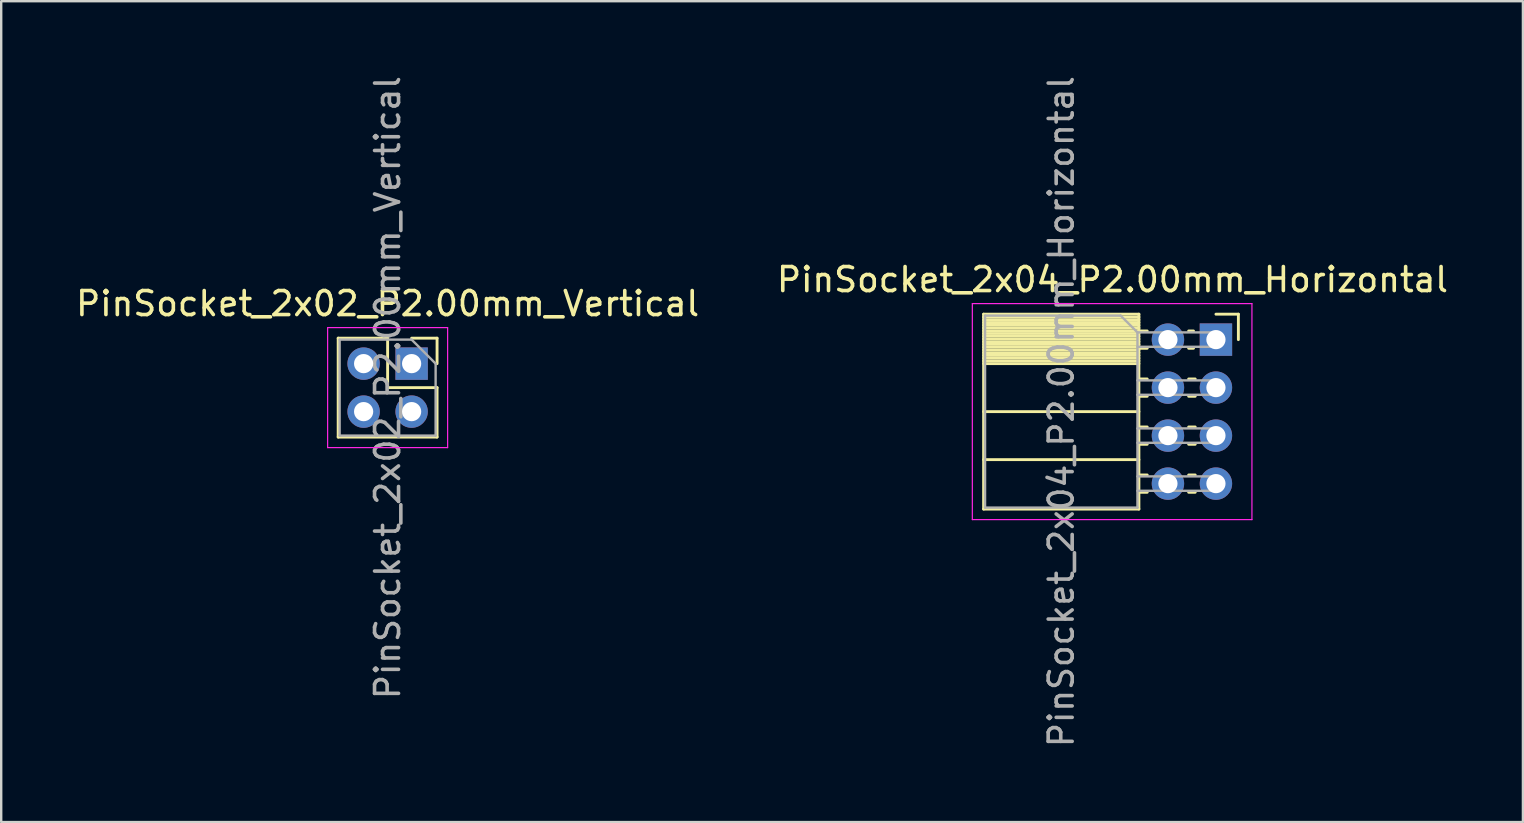
<source format=kicad_pcb>
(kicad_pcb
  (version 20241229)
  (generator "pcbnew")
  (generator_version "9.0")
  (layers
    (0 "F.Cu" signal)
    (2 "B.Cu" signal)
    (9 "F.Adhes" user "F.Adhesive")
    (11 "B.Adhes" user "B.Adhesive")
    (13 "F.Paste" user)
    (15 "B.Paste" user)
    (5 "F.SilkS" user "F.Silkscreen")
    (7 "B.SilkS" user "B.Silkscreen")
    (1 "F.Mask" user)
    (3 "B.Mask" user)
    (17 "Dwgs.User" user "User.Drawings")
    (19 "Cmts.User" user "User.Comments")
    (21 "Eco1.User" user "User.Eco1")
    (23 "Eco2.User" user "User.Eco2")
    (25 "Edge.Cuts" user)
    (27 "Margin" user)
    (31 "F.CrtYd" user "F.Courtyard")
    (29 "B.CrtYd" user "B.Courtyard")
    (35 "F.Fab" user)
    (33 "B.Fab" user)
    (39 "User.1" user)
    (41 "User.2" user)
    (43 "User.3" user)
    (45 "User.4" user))
  (footprint "PinSocket_2x04_P2.00mm_Horizontal"
    (layer "F.Cu")
    (at 47.614 11.101)
    (property "Reference" "PinSocket_2x04_P2.00mm_Horizontal" (at -4.31 -2.5 0) (layer "F.SilkS") (effects (font (size 1 1) (thickness 0.15))))
    (attr through_hole)
    (fp_line (start -9.68 -1.06) (end -9.68 7.06) (stroke (width 0.12) (type solid)) (layer "F.SilkS"))
    (fp_line (start -9.68 -1.06) (end -3.21 -1.06) (stroke (width 0.12) (type solid)) (layer "F.SilkS"))
    (fp_line (start -9.68 -0.94) (end -3.21 -0.94) (stroke (width 0.12) (type solid)) (layer "F.SilkS"))
    (fp_line (start -9.68 -0.826) (end -3.21 -0.826) (stroke (width 0.12) (type solid)) (layer "F.SilkS"))
    (fp_line (start -9.68 -0.712) (end -3.21 -0.712) (stroke (width 0.12) (type solid)) (layer "F.SilkS"))
    (fp_line (start -9.68 -0.598) (end -3.21 -0.598) (stroke (width 0.12) (type solid)) (layer "F.SilkS"))
    (fp_line (start -9.68 -0.484) (end -3.21 -0.484) (stroke (width 0.12) (type solid)) (layer "F.SilkS"))
    (fp_line (start -9.68 -0.369) (end -3.21 -0.369) (stroke (width 0.12) (type solid)) (layer "F.SilkS"))
    (fp_line (start -9.68 -0.255) (end -3.21 -0.255) (stroke (width 0.12) (type solid)) (layer "F.SilkS"))
    (fp_line (start -9.68 -0.141) (end -3.21 -0.141) (stroke (width 0.12) (type solid)) (layer "F.SilkS"))
    (fp_line (start -9.68 -0.027) (end -3.21 -0.027) (stroke (width 0.12) (type solid)) (layer "F.SilkS"))
    (fp_line (start -9.68 0.087) (end -3.21 0.087) (stroke (width 0.12) (type solid)) (layer "F.SilkS"))
    (fp_line (start -9.68 0.201) (end -3.21 0.201) (stroke (width 0.12) (type solid)) (layer "F.SilkS"))
    (fp_line (start -9.68 0.315) (end -3.21 0.315) (stroke (width 0.12) (type solid)) (layer "F.SilkS"))
    (fp_line (start -9.68 0.429) (end -3.21 0.429) (stroke (width 0.12) (type solid)) (layer "F.SilkS"))
    (fp_line (start -9.68 0.544) (end -3.21 0.544) (stroke (width 0.12) (type solid)) (layer "F.SilkS"))
    (fp_line (start -9.68 0.658) (end -3.21 0.658) (stroke (width 0.12) (type solid)) (layer "F.SilkS"))
    (fp_line (start -9.68 0.772) (end -3.21 0.772) (stroke (width 0.12) (type solid)) (layer "F.SilkS"))
    (fp_line (start -9.68 0.886) (end -3.21 0.886) (stroke (width 0.12) (type solid)) (layer "F.SilkS"))
    (fp_line (start -9.68 1) (end -3.21 1) (stroke (width 0.12) (type solid)) (layer "F.SilkS"))
    (fp_line (start -9.68 3) (end -3.21 3) (stroke (width 0.12) (type solid)) (layer "F.SilkS"))
    (fp_line (start -9.68 5) (end -3.21 5) (stroke (width 0.12) (type solid)) (layer "F.SilkS"))
    (fp_line (start -9.68 7.06) (end -3.21 7.06) (stroke (width 0.12) (type solid)) (layer "F.SilkS"))
    (fp_line (start -3.21 -1.06) (end -3.21 7.06) (stroke (width 0.12) (type solid)) (layer "F.SilkS"))
    (fp_line (start -3.21 -0.36) (end -2.863 -0.36) (stroke (width 0.12) (type solid)) (layer "F.SilkS"))
    (fp_line (start -3.21 0.36) (end -2.863 0.36) (stroke (width 0.12) (type solid)) (layer "F.SilkS"))
    (fp_line (start -3.21 1.64) (end -2.863 1.64) (stroke (width 0.12) (type solid)) (layer "F.SilkS"))
    (fp_line (start -3.21 2.36) (end -2.863 2.36) (stroke (width 0.12) (type solid)) (layer "F.SilkS"))
    (fp_line (start -3.21 3.64) (end -2.863 3.64) (stroke (width 0.12) (type solid)) (layer "F.SilkS"))
    (fp_line (start -3.21 4.36) (end -2.863 4.36) (stroke (width 0.12) (type solid)) (layer "F.SilkS"))
    (fp_line (start -3.21 5.64) (end -2.863 5.64) (stroke (width 0.12) (type solid)) (layer "F.SilkS"))
    (fp_line (start -3.21 6.36) (end -2.863 6.36) (stroke (width 0.12) (type solid)) (layer "F.SilkS"))
    (fp_line (start -1.137 -0.36) (end -0.935 -0.36) (stroke (width 0.12) (type solid)) (layer "F.SilkS"))
    (fp_line (start -1.137 0.36) (end -0.935 0.36) (stroke (width 0.12) (type solid)) (layer "F.SilkS"))
    (fp_line (start -1.137 1.64) (end -0.863 1.64) (stroke (width 0.12) (type solid)) (layer "F.SilkS"))
    (fp_line (start -1.137 2.36) (end -0.863 2.36) (stroke (width 0.12) (type solid)) (layer "F.SilkS"))
    (fp_line (start -1.137 3.64) (end -0.863 3.64) (stroke (width 0.12) (type solid)) (layer "F.SilkS"))
    (fp_line (start -1.137 4.36) (end -0.863 4.36) (stroke (width 0.12) (type solid)) (layer "F.SilkS"))
    (fp_line (start -1.137 5.64) (end -0.863 5.64) (stroke (width 0.12) (type solid)) (layer "F.SilkS"))
    (fp_line (start -1.137 6.36) (end -0.863 6.36) (stroke (width 0.12) (type solid)) (layer "F.SilkS"))
    (fp_line (start 0 -1.06) (end 0.935 -1.06) (stroke (width 0.12) (type solid)) (layer "F.SilkS"))
    (fp_line (start 0.935 -1.06) (end 0.935 0) (stroke (width 0.12) (type solid)) (layer "F.SilkS"))
    (fp_line (start -10.15 -1.5) (end -10.15 7.5) (stroke (width 0.05) (type solid)) (layer "F.CrtYd"))
    (fp_line (start -10.15 7.5) (end 1.5 7.5) (stroke (width 0.05) (type solid)) (layer "F.CrtYd"))
    (fp_line (start 1.5 -1.5) (end -10.15 -1.5) (stroke (width 0.05) (type solid)) (layer "F.CrtYd"))
    (fp_line (start 1.5 7.5) (end 1.5 -1.5) (stroke (width 0.05) (type solid)) (layer "F.CrtYd"))
    (fp_line (start -9.62 -1) (end -3.97 -1) (stroke (width 0.1) (type solid)) (layer "F.Fab"))
    (fp_line (start -9.62 7) (end -9.62 -1) (stroke (width 0.1) (type solid)) (layer "F.Fab"))
    (fp_line (start -3.97 -1) (end -3.27 -0.3) (stroke (width 0.1) (type solid)) (layer "F.Fab"))
    (fp_line (start -3.27 -0.3) (end -3.27 7) (stroke (width 0.1) (type solid)) (layer "F.Fab"))
    (fp_line (start -3.27 0.3) (end 0 0.3) (stroke (width 0.1) (type solid)) (layer "F.Fab"))
    (fp_line (start -3.27 2.3) (end 0 2.3) (stroke (width 0.1) (type solid)) (layer "F.Fab"))
    (fp_line (start -3.27 4.3) (end 0 4.3) (stroke (width 0.1) (type solid)) (layer "F.Fab"))
    (fp_line (start -3.27 6.3) (end 0 6.3) (stroke (width 0.1) (type solid)) (layer "F.Fab"))
    (fp_line (start -3.27 7) (end -9.62 7) (stroke (width 0.1) (type solid)) (layer "F.Fab"))
    (fp_line (start 0 -0.3) (end -3.27 -0.3) (stroke (width 0.1) (type solid)) (layer "F.Fab"))
    (fp_line (start 0 0.3) (end 0 -0.3) (stroke (width 0.1) (type solid)) (layer "F.Fab"))
    (fp_line (start 0 1.7) (end -3.27 1.7) (stroke (width 0.1) (type solid)) (layer "F.Fab"))
    (fp_line (start 0 2.3) (end 0 1.7) (stroke (width 0.1) (type solid)) (layer "F.Fab"))
    (fp_line (start 0 3.7) (end -3.27 3.7) (stroke (width 0.1) (type solid)) (layer "F.Fab"))
    (fp_line (start 0 4.3) (end 0 3.7) (stroke (width 0.1) (type solid)) (layer "F.Fab"))
    (fp_line (start 0 5.7) (end -3.27 5.7) (stroke (width 0.1) (type solid)) (layer "F.Fab"))
    (fp_line (start 0 6.3) (end 0 5.7) (stroke (width 0.1) (type solid)) (layer "F.Fab"))
    (fp_text user "${REFERENCE}" (at -6.445 3 90) (layer "F.Fab") (effects (font (size 1 1) (thickness 0.15))))
    (pad "1" thru_hole rect (at 0 0) (size 1.35 1.35) (drill 0.8) (layers "*.Cu" "*.Mask"))
    (pad "2" thru_hole oval (at -2 0) (size 1.35 1.35) (drill 0.8) (layers "*.Cu" "*.Mask"))
    (pad "3" thru_hole oval (at 0 2) (size 1.35 1.35) (drill 0.8) (layers "*.Cu" "*.Mask"))
    (pad "4" thru_hole oval (at -2 2) (size 1.35 1.35) (drill 0.8) (layers "*.Cu" "*.Mask"))
    (pad "5" thru_hole oval (at 0 4) (size 1.35 1.35) (drill 0.8) (layers "*.Cu" "*.Mask"))
    (pad "6" thru_hole oval (at -2 4) (size 1.35 1.35) (drill 0.8) (layers "*.Cu" "*.Mask"))
    (pad "7" thru_hole oval (at 0 6) (size 1.35 1.35) (drill 0.8) (layers "*.Cu" "*.Mask"))
    (pad "8" thru_hole oval (at -2 6) (size 1.35 1.35) (drill 0.8) (layers "*.Cu" "*.Mask")))
  (footprint "PinSocket_2x02_P2.00mm_Vertical"
    (layer "F.Cu")
    (at 14.101 12.101)
    (property "Reference" "PinSocket_2x02_P2.00mm_Vertical" (at -1 -2.5 0) (layer "F.SilkS") (effects (font (size 1 1) (thickness 0.15))))
    (attr through_hole)
    (fp_line (start -3.06 -1.06) (end -3.06 3.06) (stroke (width 0.12) (type solid)) (layer "F.SilkS"))
    (fp_line (start -3.06 -1.06) (end -1 -1.06) (stroke (width 0.12) (type solid)) (layer "F.SilkS"))
    (fp_line (start -3.06 3.06) (end 1.06 3.06) (stroke (width 0.12) (type solid)) (layer "F.SilkS"))
    (fp_line (start -1 -1.06) (end -1 1) (stroke (width 0.12) (type solid)) (layer "F.SilkS"))
    (fp_line (start -1 1) (end 1.06 1) (stroke (width 0.12) (type solid)) (layer "F.SilkS"))
    (fp_line (start 0 -1.06) (end 1.06 -1.06) (stroke (width 0.12) (type solid)) (layer "F.SilkS"))
    (fp_line (start 1.06 -1.06) (end 1.06 0) (stroke (width 0.12) (type solid)) (layer "F.SilkS"))
    (fp_line (start 1.06 1) (end 1.06 3.06) (stroke (width 0.12) (type solid)) (layer "F.SilkS"))
    (fp_line (start -3.5 -1.5) (end 1.5 -1.5) (stroke (width 0.05) (type solid)) (layer "F.CrtYd"))
    (fp_line (start -3.5 3.5) (end -3.5 -1.5) (stroke (width 0.05) (type solid)) (layer "F.CrtYd"))
    (fp_line (start 1.5 -1.5) (end 1.5 3.5) (stroke (width 0.05) (type solid)) (layer "F.CrtYd"))
    (fp_line (start 1.5 3.5) (end -3.5 3.5) (stroke (width 0.05) (type solid)) (layer "F.CrtYd"))
    (fp_line (start -3 -1) (end 0 -1) (stroke (width 0.1) (type solid)) (layer "F.Fab"))
    (fp_line (start -3 3) (end -3 -1) (stroke (width 0.1) (type solid)) (layer "F.Fab"))
    (fp_line (start 0 -1) (end 1 0) (stroke (width 0.1) (type solid)) (layer "F.Fab"))
    (fp_line (start 1 0) (end 1 3) (stroke (width 0.1) (type solid)) (layer "F.Fab"))
    (fp_line (start 1 3) (end -3 3) (stroke (width 0.1) (type solid)) (layer "F.Fab"))
    (fp_text user "${REFERENCE}" (at -1 1 90) (layer "F.Fab") (effects (font (size 1 1) (thickness 0.15))))
    (pad "1" thru_hole rect (at 0 0) (size 1.35 1.35) (drill 0.8) (layers "*.Cu" "*.Mask"))
    (pad "2" thru_hole oval (at -2 0) (size 1.35 1.35) (drill 0.8) (layers "*.Cu" "*.Mask"))
    (pad "3" thru_hole oval (at 0 2) (size 1.35 1.35) (drill 0.8) (layers "*.Cu" "*.Mask"))
    (pad "4" thru_hole oval (at -2 2) (size 1.35 1.35) (drill 0.8) (layers "*.Cu" "*.Mask")))
  (gr_rect
    (start -3 -3)
    (end 60.405 31.202)
    (stroke (width 0.1) (type default))
    (fill no)
    (layer "Edge.Cuts")))
</source>
